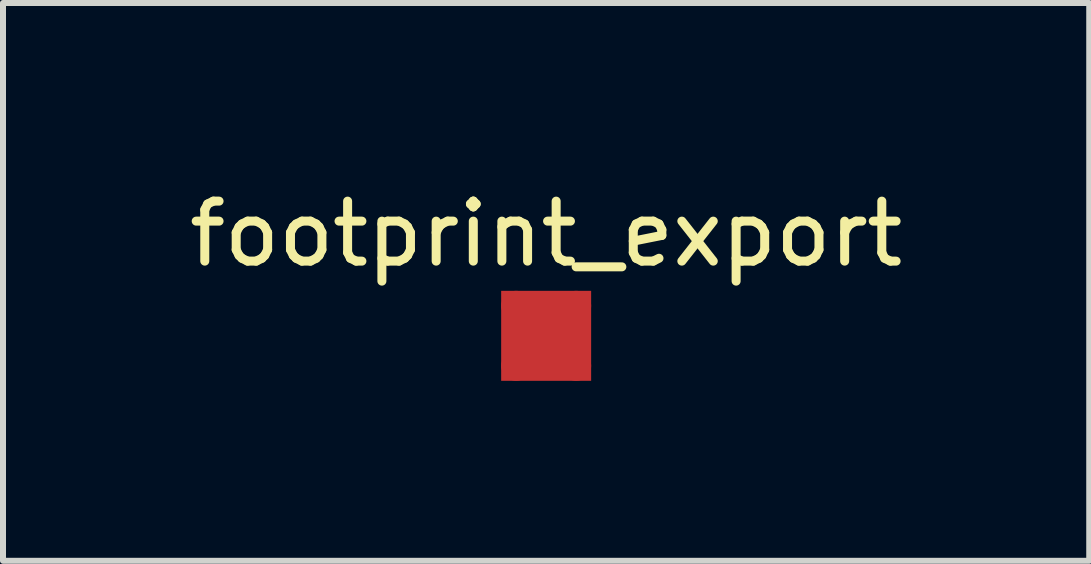
<source format=kicad_pcb>
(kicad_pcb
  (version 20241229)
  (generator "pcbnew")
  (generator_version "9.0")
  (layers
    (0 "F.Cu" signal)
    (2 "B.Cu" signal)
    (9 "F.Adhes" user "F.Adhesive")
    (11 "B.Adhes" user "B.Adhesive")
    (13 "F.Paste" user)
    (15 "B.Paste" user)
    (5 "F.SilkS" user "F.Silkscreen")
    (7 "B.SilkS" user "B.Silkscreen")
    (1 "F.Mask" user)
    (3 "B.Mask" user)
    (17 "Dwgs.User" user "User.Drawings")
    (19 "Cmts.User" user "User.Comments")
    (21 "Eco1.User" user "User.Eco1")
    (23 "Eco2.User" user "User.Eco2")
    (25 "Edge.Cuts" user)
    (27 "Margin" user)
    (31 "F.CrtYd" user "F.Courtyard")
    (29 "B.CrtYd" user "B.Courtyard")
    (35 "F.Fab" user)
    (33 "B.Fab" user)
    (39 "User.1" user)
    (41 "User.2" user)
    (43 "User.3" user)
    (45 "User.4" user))
  (footprint "footprint_export"
    (layer "F.Cu")
    (at 6.054 2.548)
    (property "Reference" "footprint_export" (at 0 -1.7 0) (layer "F.SilkS") (effects (font (size 1 1) (thickness 0.15))))
    (attr exclude_from_pos_files exclude_from_bom allow_missing_courtyard)
    (fp_poly (pts (xy -0.75 -0.75) (xy 0.75 -0.75) (xy 0.75 0.75) (xy -0.75 0.75)) (stroke (width 0) (type solid)) (fill yes) (layer "F.Cu"))
    (pad "1" smd circle (at -0.5 -0.5) (size 0.5 0.5) (layers "F.Cu"))
    (pad "2" smd circle (at 0.5 -0.5) (size 0.5 0.5) (layers "F.Cu"))
    (pad "3" smd circle (at -0.5 0.5) (size 0.5 0.5) (layers "F.Cu"))
    (pad "4" smd circle (at 0.5 0.5) (size 0.5 0.5) (layers "F.Cu")))
  (gr_rect
    (start -3 -3)
    (end 15.107 6.298)
    (stroke (width 0.1) (type default))
    (fill no)
    (layer "Edge.Cuts")))
</source>
